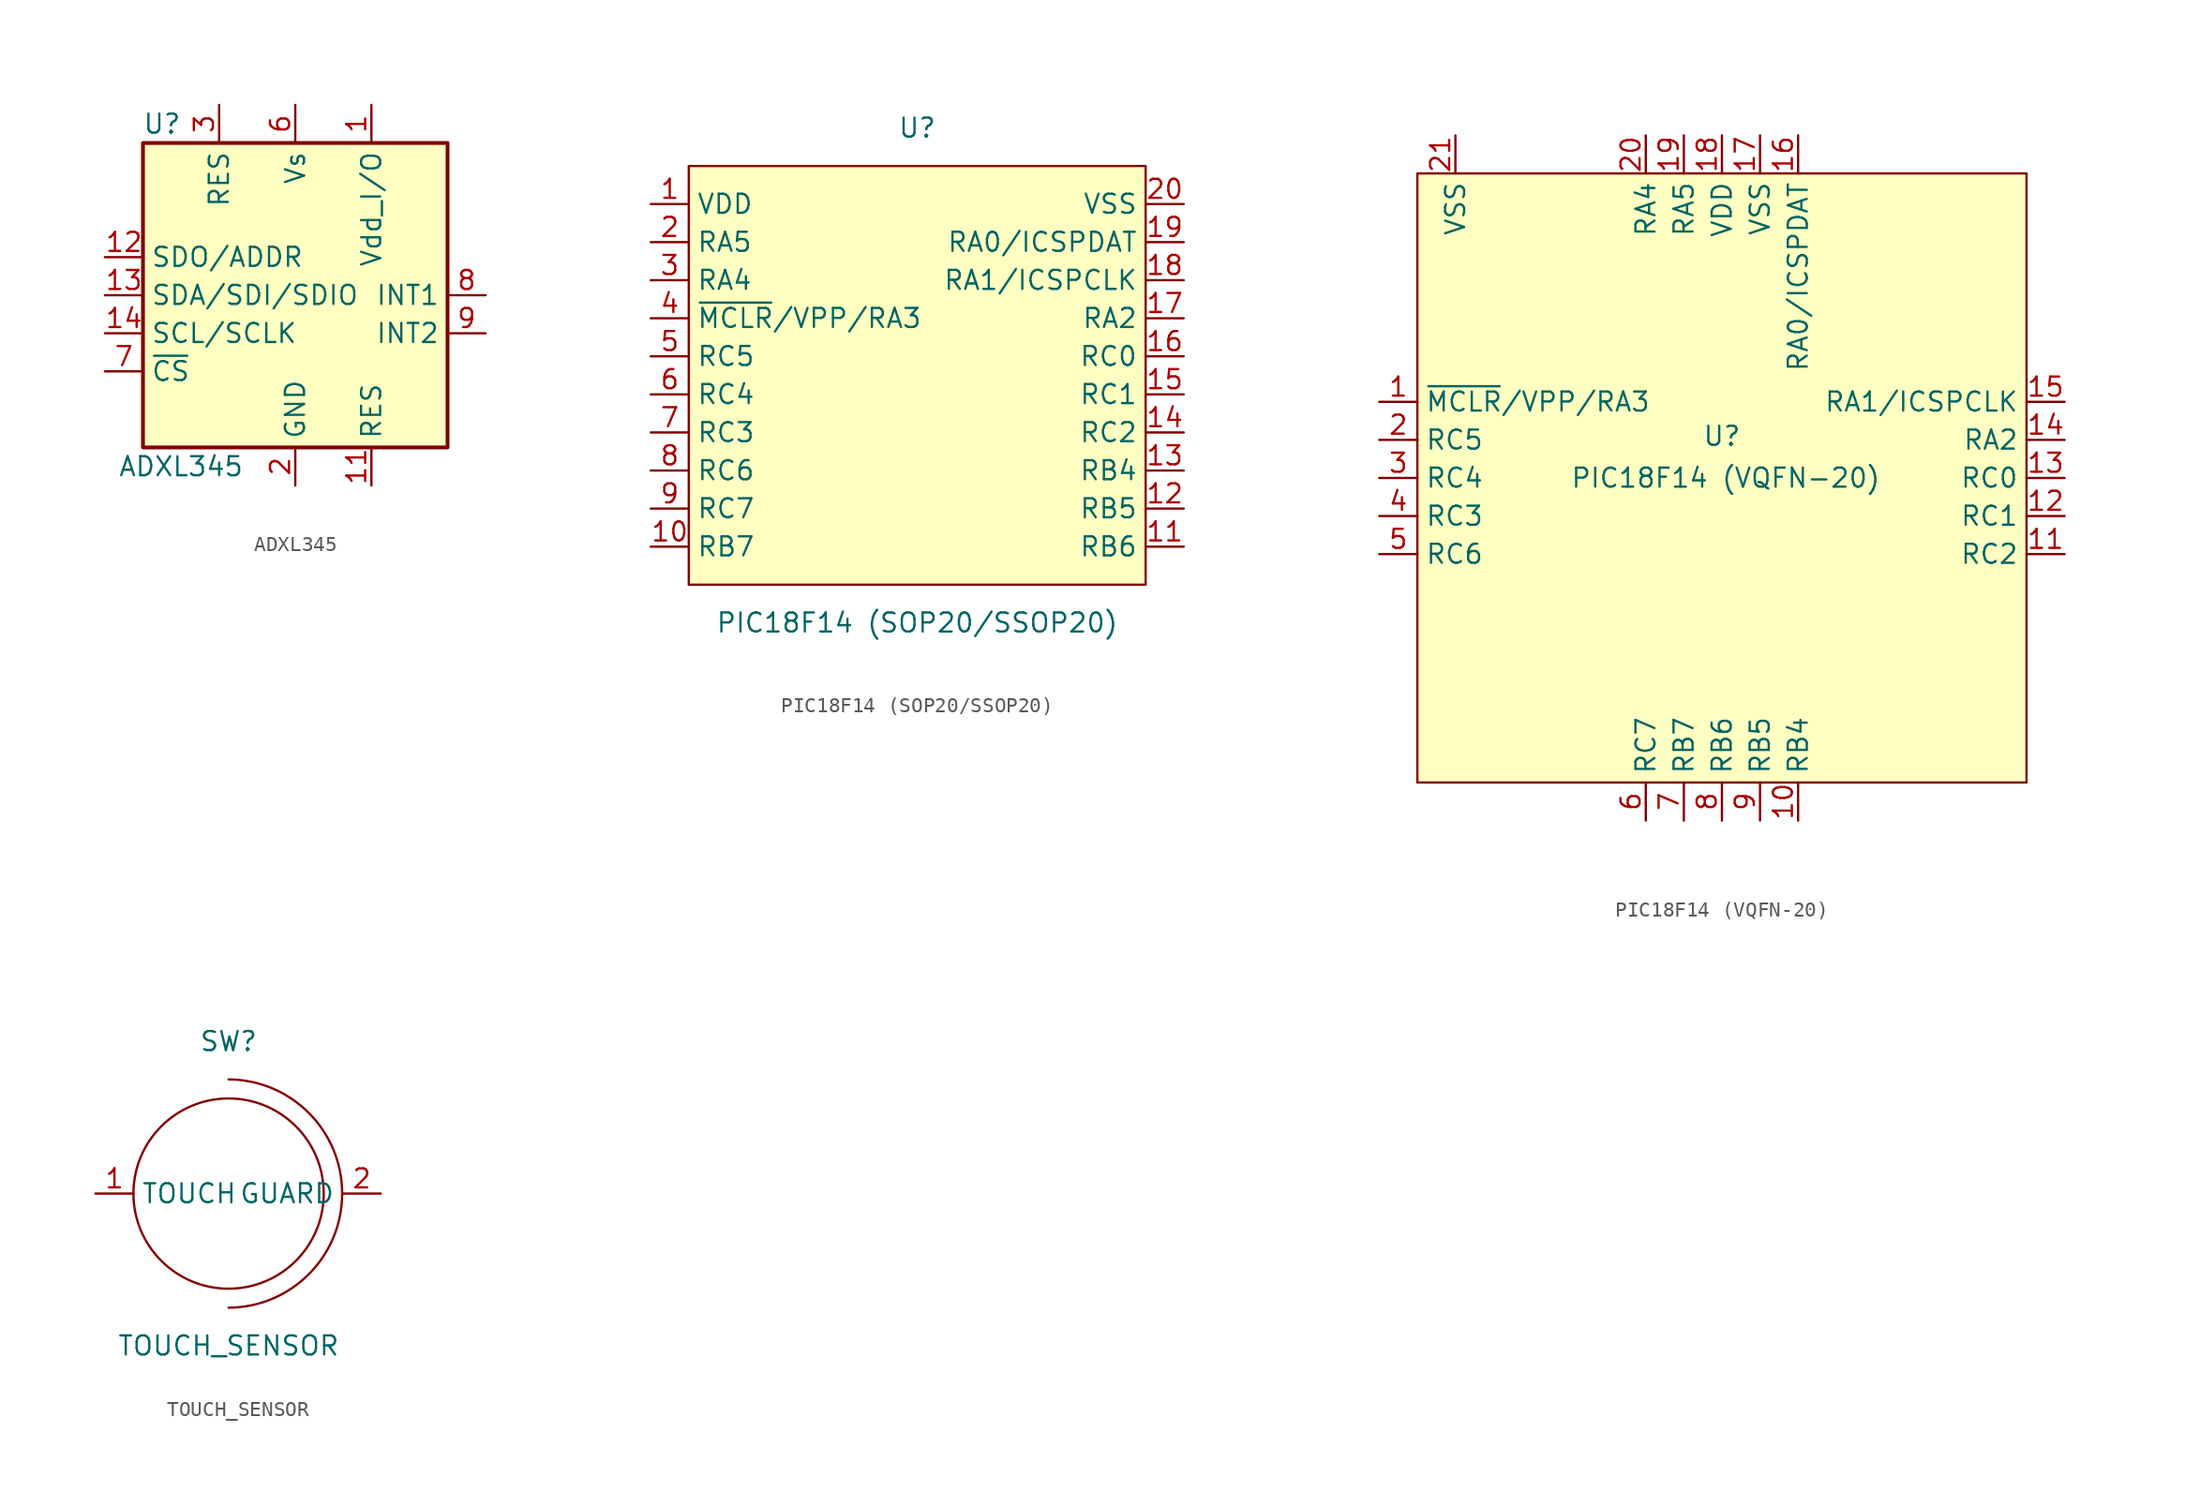
<source format=kicad_sym>
(kicad_symbol_lib
  (version 20241209)
  (generator "kicad_symbol_editor")
  (generator_version "9.0")
  (symbol "ADXL345"
    (property "Reference" "U"
      (at -8.89 11.43 0)
      (effects (font (size 1.27 1.27))))
    (property "Value" "ADXL345"
      (at -7.62 -11.43 0)
      (effects (font (size 1.27 1.27))))
    (symbol "ADXL345_0_1"
      (rectangle (start -10.16 10.16) (end 10.16 -10.16) (stroke (width 0.254) (type default)) (fill (type background))))
    (symbol "ADXL345_1_1"
      (pin bidirectional line (at -12.7 2.54 0) (length 2.54) (name "SDO/ADDR" (effects (font (size 1.27 1.27)))) (number "12" (effects (font (size 1.27 1.27)))))
      (pin bidirectional line (at -12.7 0 0) (length 2.54) (name "SDA/SDI/SDIO" (effects (font (size 1.27 1.27)))) (number "13" (effects (font (size 1.27 1.27)))))
      (pin input line (at -12.7 -2.54 0) (length 2.54) (name "SCL/SCLK" (effects (font (size 1.27 1.27)))) (number "14" (effects (font (size 1.27 1.27)))))
      (pin input line (at -12.7 -5.08 0) (length 2.54) (name "~{CS}" (effects (font (size 1.27 1.27)))) (number "7" (effects (font (size 1.27 1.27)))))
      (pin passive line (at -5.08 12.7 270) (length 2.54) (name "RES" (effects (font (size 1.27 1.27)))) (number "3" (effects (font (size 1.27 1.27)))))
      (pin no_connect line (at -5.08 -10.16 90) (length 2.54) (hide yes) (name "NC" (effects (font (size 1.27 1.27)))) (number "10" (effects (font (size 1.27 1.27)))))
      (pin power_in line (at 0 12.7 270) (length 2.54) (name "Vs" (effects (font (size 1.27 1.27)))) (number "6" (effects (font (size 1.27 1.27)))))
      (pin power_in line (at 0 -12.7 90) (length 2.54) (name "GND" (effects (font (size 1.27 1.27)))) (number "2" (effects (font (size 1.27 1.27)))))
      (pin passive line (at 0 -12.7 90) (length 2.54) (hide yes) (name "GND" (effects (font (size 1.27 1.27)))) (number "4" (effects (font (size 1.27 1.27)))))
      (pin passive line (at 0 -12.7 90) (length 2.54) (hide yes) (name "GND" (effects (font (size 1.27 1.27)))) (number "5" (effects (font (size 1.27 1.27)))))
      (pin power_in line (at 5.08 12.7 270) (length 2.54) (name "Vdd_I/O" (effects (font (size 1.27 1.27)))) (number "1" (effects (font (size 1.27 1.27)))))
      (pin passive line (at 5.08 -12.7 90) (length 2.54) (name "RES" (effects (font (size 1.27 1.27)))) (number "11" (effects (font (size 1.27 1.27)))))
      (pin output line (at 12.7 0 180) (length 2.54) (name "INT1" (effects (font (size 1.27 1.27)))) (number "8" (effects (font (size 1.27 1.27)))))
      (pin output line (at 12.7 -2.54 180) (length 2.54) (name "INT2" (effects (font (size 1.27 1.27)))) (number "9" (effects (font (size 1.27 1.27)))))))
  (symbol "PIC18F14 (SOP20/SSOP20)"
    (property "Reference" "U"
      (at 0 16.51 0)
      (effects (font (size 1.27 1.27))))
    (property "Value" "PIC18F14 (SOP20/SSOP20)"
      (at 0 -16.51 0)
      (effects (font (size 1.27 1.27))))
    (symbol "PIC18F14 (SOP20/SSOP20)_0_1"
      (rectangle (start -15.24 13.97) (end 15.24 -13.97) (stroke (width 0) (type default)) (fill (type background))))
    (symbol "PIC18F14 (SOP20/SSOP20)_1_1"
      (pin power_in line (at -17.78 11.43 0) (length 2.54) (name "VDD" (effects (font (size 1.27 1.27)))) (number "1" (effects (font (size 1.27 1.27)))))
      (pin bidirectional line (at -17.78 8.89 0) (length 2.54) (name "RA5" (effects (font (size 1.27 1.27)))) (number "2" (effects (font (size 1.27 1.27)))))
      (pin bidirectional line (at -17.78 6.35 0) (length 2.54) (name "RA4" (effects (font (size 1.27 1.27)))) (number "3" (effects (font (size 1.27 1.27)))))
      (pin bidirectional line (at -17.78 3.81 0) (length 2.54) (name "~{MCLR}/VPP/RA3" (effects (font (size 1.27 1.27)))) (number "4" (effects (font (size 1.27 1.27)))))
      (pin bidirectional line (at -17.78 1.27 0) (length 2.54) (name "RC5" (effects (font (size 1.27 1.27)))) (number "5" (effects (font (size 1.27 1.27)))))
      (pin bidirectional line (at -17.78 -1.27 0) (length 2.54) (name "RC4" (effects (font (size 1.27 1.27)))) (number "6" (effects (font (size 1.27 1.27)))))
      (pin bidirectional line (at -17.78 -3.81 0) (length 2.54) (name "RC3" (effects (font (size 1.27 1.27)))) (number "7" (effects (font (size 1.27 1.27)))))
      (pin bidirectional line (at -17.78 -6.35 0) (length 2.54) (name "RC6" (effects (font (size 1.27 1.27)))) (number "8" (effects (font (size 1.27 1.27)))))
      (pin bidirectional line (at -17.78 -8.89 0) (length 2.54) (name "RC7" (effects (font (size 1.27 1.27)))) (number "9" (effects (font (size 1.27 1.27)))))
      (pin bidirectional line (at -17.78 -11.43 0) (length 2.54) (name "RB7" (effects (font (size 1.27 1.27)))) (number "10" (effects (font (size 1.27 1.27)))))
      (pin power_in line (at 17.78 11.43 180) (length 2.54) (name "VSS" (effects (font (size 1.27 1.27)))) (number "20" (effects (font (size 1.27 1.27)))))
      (pin bidirectional line (at 17.78 8.89 180) (length 2.54) (name "RA0/ICSPDAT" (effects (font (size 1.27 1.27)))) (number "19" (effects (font (size 1.27 1.27)))))
      (pin bidirectional line (at 17.78 6.35 180) (length 2.54) (name "RA1/ICSPCLK" (effects (font (size 1.27 1.27)))) (number "18" (effects (font (size 1.27 1.27)))))
      (pin bidirectional line (at 17.78 3.81 180) (length 2.54) (name "RA2" (effects (font (size 1.27 1.27)))) (number "17" (effects (font (size 1.27 1.27)))))
      (pin bidirectional line (at 17.78 1.27 180) (length 2.54) (name "RC0" (effects (font (size 1.27 1.27)))) (number "16" (effects (font (size 1.27 1.27)))))
      (pin bidirectional line (at 17.78 -1.27 180) (length 2.54) (name "RC1" (effects (font (size 1.27 1.27)))) (number "15" (effects (font (size 1.27 1.27)))))
      (pin bidirectional line (at 17.78 -3.81 180) (length 2.54) (name "RC2" (effects (font (size 1.27 1.27)))) (number "14" (effects (font (size 1.27 1.27)))))
      (pin bidirectional line (at 17.78 -6.35 180) (length 2.54) (name "RB4" (effects (font (size 1.27 1.27)))) (number "13" (effects (font (size 1.27 1.27)))))
      (pin bidirectional line (at 17.78 -8.89 180) (length 2.54) (name "RB5" (effects (font (size 1.27 1.27)))) (number "12" (effects (font (size 1.27 1.27)))))
      (pin bidirectional line (at 17.78 -11.43 180) (length 2.54) (name "RB6" (effects (font (size 1.27 1.27)))) (number "11" (effects (font (size 1.27 1.27)))))))
  (symbol "PIC18F14 (VQFN-20)"
    (property "Reference" "U"
      (at 0 2.794 0)
      (effects (font (size 1.27 1.27))))
    (property "Value" "PIC18F14 (VQFN-20)"
      (at 0.254 0 0)
      (effects (font (size 1.27 1.27))))
    (symbol "PIC18F14 (VQFN-20)_0_1"
      (rectangle (start -20.32 20.32) (end 20.32 -20.32) (stroke (width 0) (type default)) (fill (type background))))
    (symbol "PIC18F14 (VQFN-20)_1_1"
      (pin bidirectional line (at -22.86 5.08 0) (length 2.54) (name "~{MCLR}/VPP/RA3" (effects (font (size 1.27 1.27)))) (number "1" (effects (font (size 1.27 1.27)))))
      (pin bidirectional line (at -22.86 2.54 0) (length 2.54) (name "RC5" (effects (font (size 1.27 1.27)))) (number "2" (effects (font (size 1.27 1.27)))))
      (pin bidirectional line (at -22.86 0 0) (length 2.54) (name "RC4" (effects (font (size 1.27 1.27)))) (number "3" (effects (font (size 1.27 1.27)))))
      (pin bidirectional line (at -22.86 -2.54 0) (length 2.54) (name "RC3" (effects (font (size 1.27 1.27)))) (number "4" (effects (font (size 1.27 1.27)))))
      (pin bidirectional line (at -22.86 -5.08 0) (length 2.54) (name "RC6" (effects (font (size 1.27 1.27)))) (number "5" (effects (font (size 1.27 1.27)))))
      (pin power_in line (at -17.78 22.86 270) (length 2.54) (name "VSS" (effects (font (size 1.27 1.27)))) (number "21" (effects (font (size 1.27 1.27)))))
      (pin bidirectional line (at -5.08 22.86 270) (length 2.54) (name "RA4" (effects (font (size 1.27 1.27)))) (number "20" (effects (font (size 1.27 1.27)))))
      (pin bidirectional line (at -5.08 -22.86 90) (length 2.54) (name "RC7" (effects (font (size 1.27 1.27)))) (number "6" (effects (font (size 1.27 1.27)))))
      (pin bidirectional line (at -2.54 22.86 270) (length 2.54) (name "RA5" (effects (font (size 1.27 1.27)))) (number "19" (effects (font (size 1.27 1.27)))))
      (pin bidirectional line (at -2.54 -22.86 90) (length 2.54) (name "RB7" (effects (font (size 1.27 1.27)))) (number "7" (effects (font (size 1.27 1.27)))))
      (pin power_in line (at 0 22.86 270) (length 2.54) (name "VDD" (effects (font (size 1.27 1.27)))) (number "18" (effects (font (size 1.27 1.27)))))
      (pin bidirectional line (at 0 -22.86 90) (length 2.54) (name "RB6" (effects (font (size 1.27 1.27)))) (number "8" (effects (font (size 1.27 1.27)))))
      (pin power_in line (at 2.54 22.86 270) (length 2.54) (name "VSS" (effects (font (size 1.27 1.27)))) (number "17" (effects (font (size 1.27 1.27)))))
      (pin bidirectional line (at 2.54 -22.86 90) (length 2.54) (name "RB5" (effects (font (size 1.27 1.27)))) (number "9" (effects (font (size 1.27 1.27)))))
      (pin bidirectional line (at 5.08 22.86 270) (length 2.54) (name "RA0/ICSPDAT" (effects (font (size 1.27 1.27)))) (number "16" (effects (font (size 1.27 1.27)))))
      (pin bidirectional line (at 5.08 -22.86 90) (length 2.54) (name "RB4" (effects (font (size 1.27 1.27)))) (number "10" (effects (font (size 1.27 1.27)))))
      (pin bidirectional line (at 22.86 5.08 180) (length 2.54) (name "RA1/ICSPCLK" (effects (font (size 1.27 1.27)))) (number "15" (effects (font (size 1.27 1.27)))))
      (pin bidirectional line (at 22.86 2.54 180) (length 2.54) (name "RA2" (effects (font (size 1.27 1.27)))) (number "14" (effects (font (size 1.27 1.27)))))
      (pin bidirectional line (at 22.86 0 180) (length 2.54) (name "RC0" (effects (font (size 1.27 1.27)))) (number "13" (effects (font (size 1.27 1.27)))))
      (pin bidirectional line (at 22.86 -2.54 180) (length 2.54) (name "RC1" (effects (font (size 1.27 1.27)))) (number "12" (effects (font (size 1.27 1.27)))))
      (pin bidirectional line (at 22.86 -5.08 180) (length 2.54) (name "RC2" (effects (font (size 1.27 1.27)))) (number "11" (effects (font (size 1.27 1.27)))))))
  (symbol "TOUCH_SENSOR"
    (property "Reference" "SW"
      (at 0 10.16 0)
      (effects (font (size 1.27 1.27))))
    (property "Value" "TOUCH_SENSOR"
      (at 0 -10.16 0)
      (effects (font (size 1.27 1.27))))
    (symbol "TOUCH_SENSOR_0_1"
      (arc (start 0 7.62) (mid 7.5811 0) (end 0 -7.62) (stroke (width 0) (type default)) (fill (type none)))
      (circle (center 0 0) (radius 6.35) (stroke (width 0) (type default)) (fill (type none))))
    (symbol "TOUCH_SENSOR_1_1"
      (pin output line (at -8.89 0 0) (length 2.54) (name "TOUCH" (effects (font (size 1.27 1.27)))) (number "1" (effects (font (size 1.27 1.27)))))
      (pin input line (at 10.16 0 180) (length 2.54) (name "GUARD" (effects (font (size 1.27 1.27)))) (number "2" (effects (font (size 1.27 1.27))))))))
</source>
